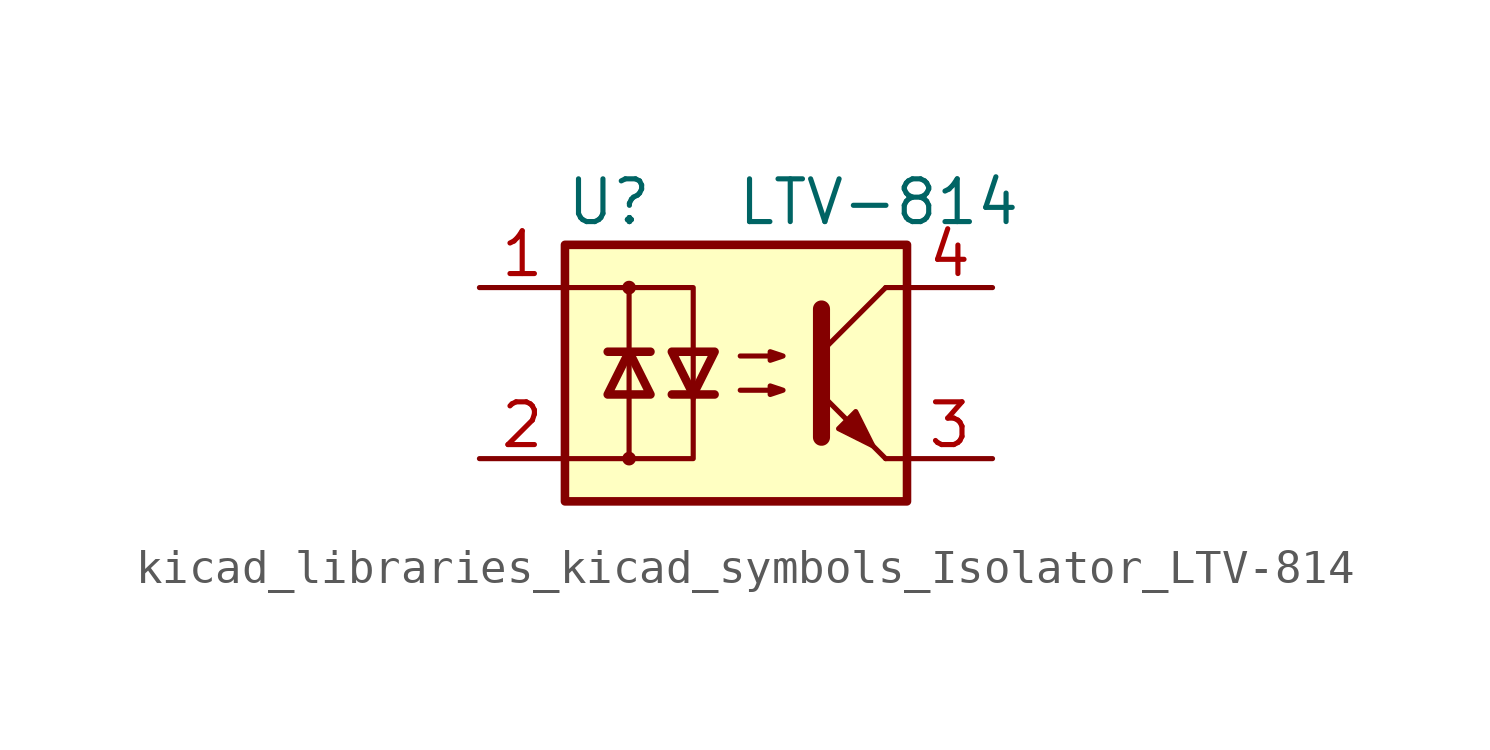
<source format=kicad_sym>
(kicad_symbol_lib
  (version 20220914)
  (generator kicad_symbol_editor)
  (symbol "kicad_libraries_kicad_symbols_Isolator_LTV-814"
    (pin_names
      (offset 1.016))
    (property "Reference" "U"
      (at -5.08 5.08 0)
      (effects (font (size 1.27 1.27)) (justify left)))
    (property "Value" "LTV-814"
      (at 0 5.08 0)
      (effects (font (size 1.27 1.27)) (justify left)))
    (symbol "kicad_libraries_kicad_symbols_Isolator_LTV-814_0_1"
      (rectangle (start -5.08 3.81) (end 5.08 -3.81) (stroke (width 0.254) (type default)) (fill (type background)))
      (circle (center -3.175 -2.54) (radius 0.127) (stroke (width 0) (type default)) (fill (type none)))
      (circle (center -3.175 2.54) (radius 0.127) (stroke (width 0) (type default)) (fill (type none)))
      (polyline (pts (xy -3.175 2.54) (xy -3.175 -2.54)) (stroke (width 0) (type default)) (fill (type none)))
      (polyline (pts (xy -1.905 -0.635) (xy -0.635 -0.635)) (stroke (width 0.254) (type default)) (fill (type none)))
      (polyline (pts (xy 2.54 0.635) (xy 4.445 2.54)) (stroke (width 0) (type default)) (fill (type none)))
      (polyline (pts (xy 4.445 -2.54) (xy 2.54 -0.635)) (stroke (width 0) (type default)) (fill (type outline)))
      (polyline (pts (xy 4.445 -2.54) (xy 5.08 -2.54)) (stroke (width 0) (type default)) (fill (type none)))
      (polyline (pts (xy 4.445 2.54) (xy 5.08 2.54)) (stroke (width 0) (type default)) (fill (type none)))
      (polyline (pts (xy -5.08 2.54) (xy -1.27 2.54) (xy -1.27 -0.762)) (stroke (width 0) (type default)) (fill (type none)))
      (polyline (pts (xy -1.27 -0.635) (xy -1.27 -2.54) (xy -5.08 -2.54)) (stroke (width 0) (type default)) (fill (type none)))
      (polyline (pts (xy 2.54 1.905) (xy 2.54 -1.905) (xy 2.54 -1.905)) (stroke (width 0.508) (type default)) (fill (type none)))
      (polyline (pts (xy -1.27 -0.635) (xy -1.905 0.635) (xy -0.635 0.635) (xy -1.27 -0.635)) (stroke (width 0.254) (type default)) (fill (type none)))
      (polyline (pts (xy 0.127 -0.508) (xy 1.397 -0.508) (xy 1.016 -0.635) (xy 1.016 -0.381) (xy 1.397 -0.508)) (stroke (width 0) (type default)) (fill (type none)))
      (polyline (pts (xy 0.127 0.508) (xy 1.397 0.508) (xy 1.016 0.381) (xy 1.016 0.635) (xy 1.397 0.508)) (stroke (width 0) (type default)) (fill (type none)))
      (polyline (pts (xy 3.048 -1.651) (xy 3.556 -1.143) (xy 4.064 -2.159) (xy 3.048 -1.651) (xy 3.048 -1.651)) (stroke (width 0) (type default)) (fill (type outline))))
    (symbol "kicad_libraries_kicad_symbols_Isolator_LTV-814_1_1"
      (polyline (pts (xy -3.81 0.635) (xy -2.54 0.635)) (stroke (width 0.254) (type default)) (fill (type none)))
      (polyline (pts (xy -3.175 0.635) (xy -3.81 -0.635) (xy -2.54 -0.635) (xy -3.175 0.635)) (stroke (width 0.254) (type default)) (fill (type none)))
      (pin passive line (at -7.62 2.54 0) (length 2.54) (name "~" (effects (font (size 1.27 1.27)))) (number "1" (effects (font (size 1.27 1.27)))))
      (pin passive line (at -7.62 -2.54 0) (length 2.54) (name "~" (effects (font (size 1.27 1.27)))) (number "2" (effects (font (size 1.27 1.27)))))
      (pin passive line (at 7.62 -2.54 180) (length 2.54) (name "~" (effects (font (size 1.27 1.27)))) (number "3" (effects (font (size 1.27 1.27)))))
      (pin passive line (at 7.62 2.54 180) (length 2.54) (name "~" (effects (font (size 1.27 1.27)))) (number "4" (effects (font (size 1.27 1.27))))))))
</source>
